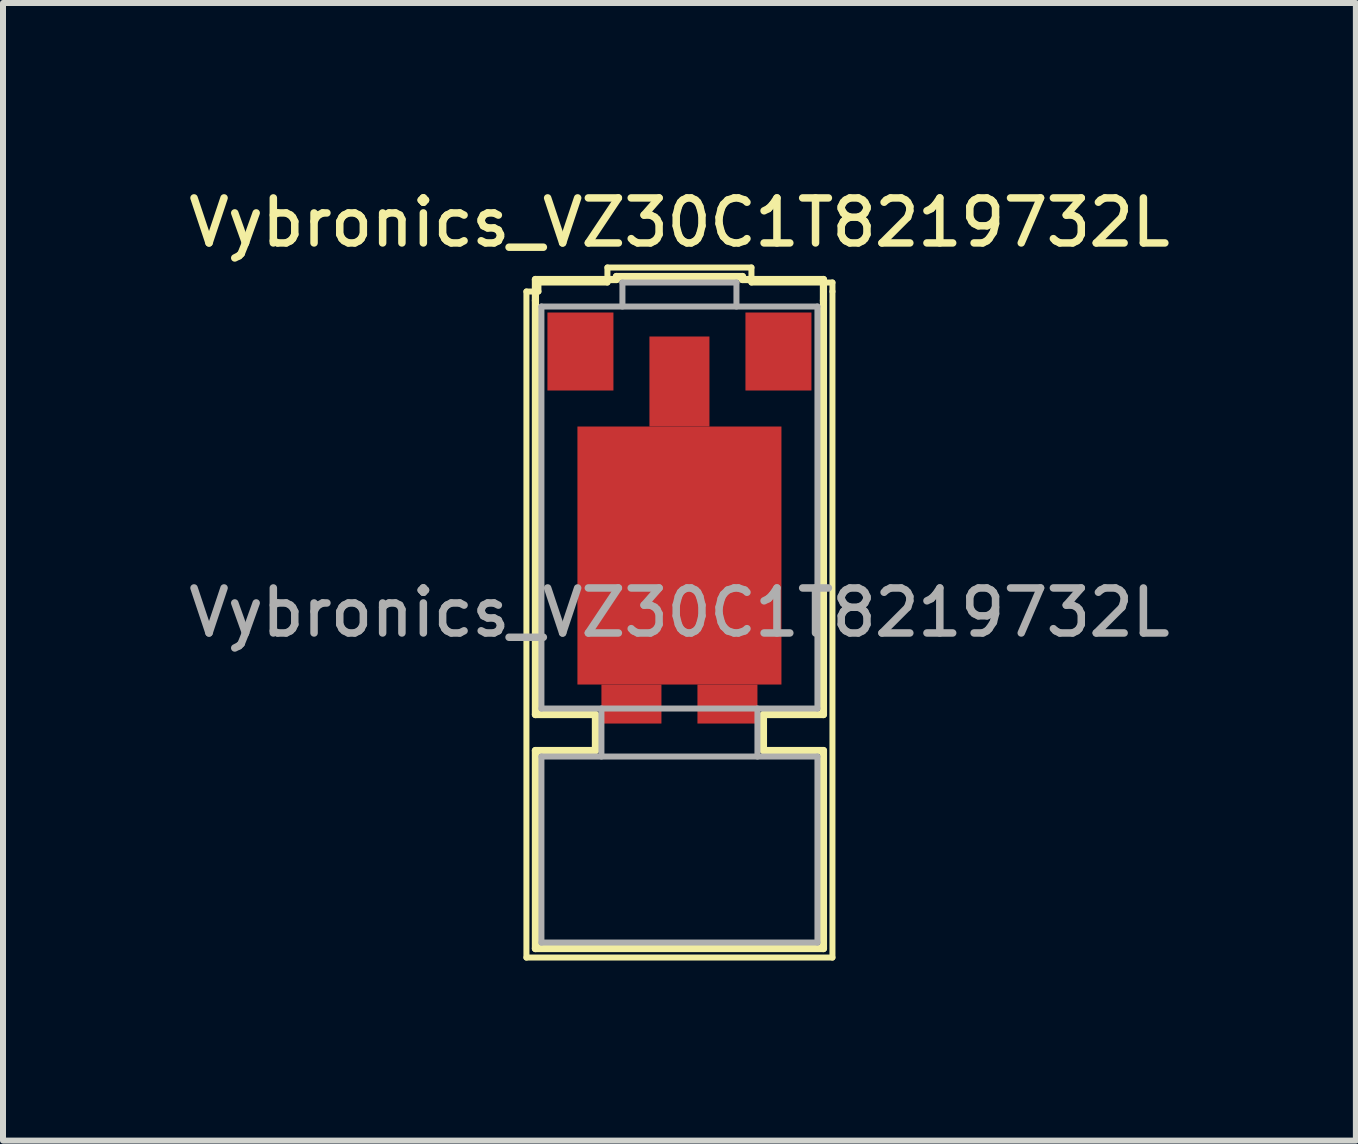
<source format=kicad_pcb>
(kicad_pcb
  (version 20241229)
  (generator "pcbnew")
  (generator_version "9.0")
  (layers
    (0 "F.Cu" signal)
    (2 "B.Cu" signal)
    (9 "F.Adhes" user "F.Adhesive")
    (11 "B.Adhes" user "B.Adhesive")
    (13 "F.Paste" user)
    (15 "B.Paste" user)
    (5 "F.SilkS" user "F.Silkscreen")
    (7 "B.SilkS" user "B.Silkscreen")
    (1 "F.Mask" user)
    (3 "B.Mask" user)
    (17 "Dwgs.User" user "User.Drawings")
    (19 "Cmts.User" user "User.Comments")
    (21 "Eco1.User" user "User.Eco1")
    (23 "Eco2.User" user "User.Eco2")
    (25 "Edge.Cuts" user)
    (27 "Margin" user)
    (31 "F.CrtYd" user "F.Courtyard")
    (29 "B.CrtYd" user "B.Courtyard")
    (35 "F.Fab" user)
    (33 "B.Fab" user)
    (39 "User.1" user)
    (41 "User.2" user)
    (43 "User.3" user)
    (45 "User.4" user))
  (footprint "Vybronics_VZ30C1T8219732L"
    (layer "F.Cu")
    (at 8.273 7.158)
    (property "Reference" "Vybronics_VZ30C1T8219732L" (at 0 -6.5 0) (layer "F.SilkS") (effects (font (size 0.75 0.75) (thickness 0.125))))
    (attr smd)
    (fp_line (start -2.55 -5.35) (end -2.35 -5.35) (stroke (width 0.1) (type solid)) (layer "F.SilkS"))
    (fp_line (start -2.55 5.75) (end -2.55 -5.35) (stroke (width 0.1) (type solid)) (layer "F.SilkS"))
    (fp_line (start -2.4 -5.55) (end -1.05 -5.55) (stroke (width 0.12) (type solid)) (layer "F.SilkS"))
    (fp_line (start -2.4 -5.2) (end -2.4 -5.55) (stroke (width 0.12) (type solid)) (layer "F.SilkS"))
    (fp_line (start -2.4 1.7) (end -2.4 -5.2) (stroke (width 0.12) (type solid)) (layer "F.SilkS"))
    (fp_line (start -2.4 2.3) (end -1.4 2.3) (stroke (width 0.12) (type solid)) (layer "F.SilkS"))
    (fp_line (start -2.4 5.6) (end -2.4 2.3) (stroke (width 0.12) (type solid)) (layer "F.SilkS"))
    (fp_line (start -2.35 -5.5) (end -1.2 -5.5) (stroke (width 0.1) (type solid)) (layer "F.SilkS"))
    (fp_line (start -2.35 -5.35) (end -2.35 -5.5) (stroke (width 0.1) (type solid)) (layer "F.SilkS"))
    (fp_line (start -1.4 1.7) (end -2.4 1.7) (stroke (width 0.12) (type solid)) (layer "F.SilkS"))
    (fp_line (start -1.4 2.3) (end -1.4 1.7) (stroke (width 0.12) (type solid)) (layer "F.SilkS"))
    (fp_line (start -1.2 -5.75) (end 1.2 -5.75) (stroke (width 0.1) (type solid)) (layer "F.SilkS"))
    (fp_line (start -1.2 -5.5) (end -1.2 -5.75) (stroke (width 0.1) (type solid)) (layer "F.SilkS"))
    (fp_line (start -1.05 -5.6) (end 1.05 -5.6) (stroke (width 0.12) (type solid)) (layer "F.SilkS"))
    (fp_line (start -1.05 -5.55) (end -1.05 -5.6) (stroke (width 0.12) (type solid)) (layer "F.SilkS"))
    (fp_line (start 1.05 -5.6) (end 1.05 -5.55) (stroke (width 0.12) (type solid)) (layer "F.SilkS"))
    (fp_line (start 1.05 -5.55) (end 2.4 -5.55) (stroke (width 0.12) (type solid)) (layer "F.SilkS"))
    (fp_line (start 1.2 -5.75) (end 1.2 -5.5) (stroke (width 0.1) (type solid)) (layer "F.SilkS"))
    (fp_line (start 1.2 -5.5) (end 2.55 -5.5) (stroke (width 0.1) (type solid)) (layer "F.SilkS"))
    (fp_line (start 1.4 1.7) (end 1.4 2.3) (stroke (width 0.12) (type solid)) (layer "F.SilkS"))
    (fp_line (start 1.4 2.3) (end 2.4 2.3) (stroke (width 0.12) (type solid)) (layer "F.SilkS"))
    (fp_line (start 2.4 -5.55) (end 2.4 -5.2) (stroke (width 0.12) (type solid)) (layer "F.SilkS"))
    (fp_line (start 2.4 -5.2) (end 2.4 1.7) (stroke (width 0.12) (type solid)) (layer "F.SilkS"))
    (fp_line (start 2.4 1.7) (end 1.4 1.7) (stroke (width 0.12) (type solid)) (layer "F.SilkS"))
    (fp_line (start 2.4 2.3) (end 2.4 5.6) (stroke (width 0.12) (type solid)) (layer "F.SilkS"))
    (fp_line (start 2.4 5.6) (end -2.4 5.6) (stroke (width 0.12) (type solid)) (layer "F.SilkS"))
    (fp_line (start 2.55 -5.5) (end 2.55 -5.35) (stroke (width 0.1) (type solid)) (layer "F.SilkS"))
    (fp_line (start 2.55 -5.35) (end 2.55 5.75) (stroke (width 0.1) (type solid)) (layer "F.SilkS"))
    (fp_line (start 2.55 5.75) (end -2.55 5.75) (stroke (width 0.1) (type solid)) (layer "F.SilkS"))
    (fp_line (start -2.3 -5.1) (end -2.3 1.6) (stroke (width 0.1) (type solid)) (layer "F.Fab"))
    (fp_line (start -2.3 1.6) (end 2.3 1.6) (stroke (width 0.1) (type solid)) (layer "F.Fab"))
    (fp_line (start -2.3 2.4) (end -2.3 5.5) (stroke (width 0.1) (type solid)) (layer "F.Fab"))
    (fp_line (start -2.3 5.5) (end 2.3 5.5) (stroke (width 0.1) (type solid)) (layer "F.Fab"))
    (fp_line (start -1.3 1.6) (end -1.3 2.4) (stroke (width 0.1) (type solid)) (layer "F.Fab"))
    (fp_line (start -0.95 -5.5) (end -0.95 -5.1) (stroke (width 0.1) (type solid)) (layer "F.Fab"))
    (fp_line (start 0.95 -5.5) (end -0.95 -5.5) (stroke (width 0.1) (type solid)) (layer "F.Fab"))
    (fp_line (start 0.95 -5.1) (end 0.95 -5.5) (stroke (width 0.1) (type solid)) (layer "F.Fab"))
    (fp_line (start 1.3 1.6) (end 1.3 2.4) (stroke (width 0.1) (type solid)) (layer "F.Fab"))
    (fp_line (start 2.3 -5.1) (end -2.3 -5.1) (stroke (width 0.1) (type solid)) (layer "F.Fab"))
    (fp_line (start 2.3 1.6) (end 2.3 -5.1) (stroke (width 0.1) (type solid)) (layer "F.Fab"))
    (fp_line (start 2.3 2.4) (end -2.3 2.4) (stroke (width 0.1) (type solid)) (layer "F.Fab"))
    (fp_line (start 2.3 5.5) (end 2.3 2.4) (stroke (width 0.1) (type solid)) (layer "F.Fab"))
    (fp_text user "${REFERENCE}" (at 0 0 0) (layer "F.Fab") (effects (font (size 0.75 0.75) (thickness 0.125))))
    (pad "" smd rect (at -0.85 -2.315 270) (size 1.07 1.4) (layers "F.Paste"))
    (pad "" smd rect (at -0.85 -0.905 270) (size 1.07 1.4) (layers "F.Paste"))
    (pad "" smd rect (at -0.85 0.505 270) (size 1.07 1.4) (layers "F.Paste"))
    (pad "" smd rect (at 0.85 -2.315 270) (size 1.07 1.4) (layers "F.Paste"))
    (pad "" smd rect (at 0.85 -0.905 270) (size 1.07 1.4) (layers "F.Paste"))
    (pad "" smd rect (at 0.85 0.505 270) (size 1.07 1.4) (layers "F.Paste"))
    (pad "1" smd rect (at -1.65 -4.35 270) (size 1.3 1.1) (layers "F.Cu" "F.Mask" "F.Paste"))
    (pad "2" smd rect (at 1.65 -4.35 270) (size 1.3 1.1) (layers "F.Cu" "F.Mask" "F.Paste"))
    (pad "SH" smd rect (at -0.8 1.525) (size 1 0.65) (layers "F.Cu" "F.Mask" "F.Paste"))
    (pad "SH" smd rect (at 0 -3.85 270) (size 1.5 1) (layers "F.Cu" "F.Mask" "F.Paste"))
    (pad "SH" smd rect (at 0 -0.95 270) (size 4.3 3.4) (layers "F.Cu" "F.Mask"))
    (pad "SH" smd rect (at 0.8 1.525) (size 1 0.65) (layers "F.Cu" "F.Mask" "F.Paste")))
  (gr_rect
    (start -3 -3)
    (end 19.546 15.958)
    (stroke (width 0.1) (type default))
    (fill no)
    (layer "Edge.Cuts")))
</source>
